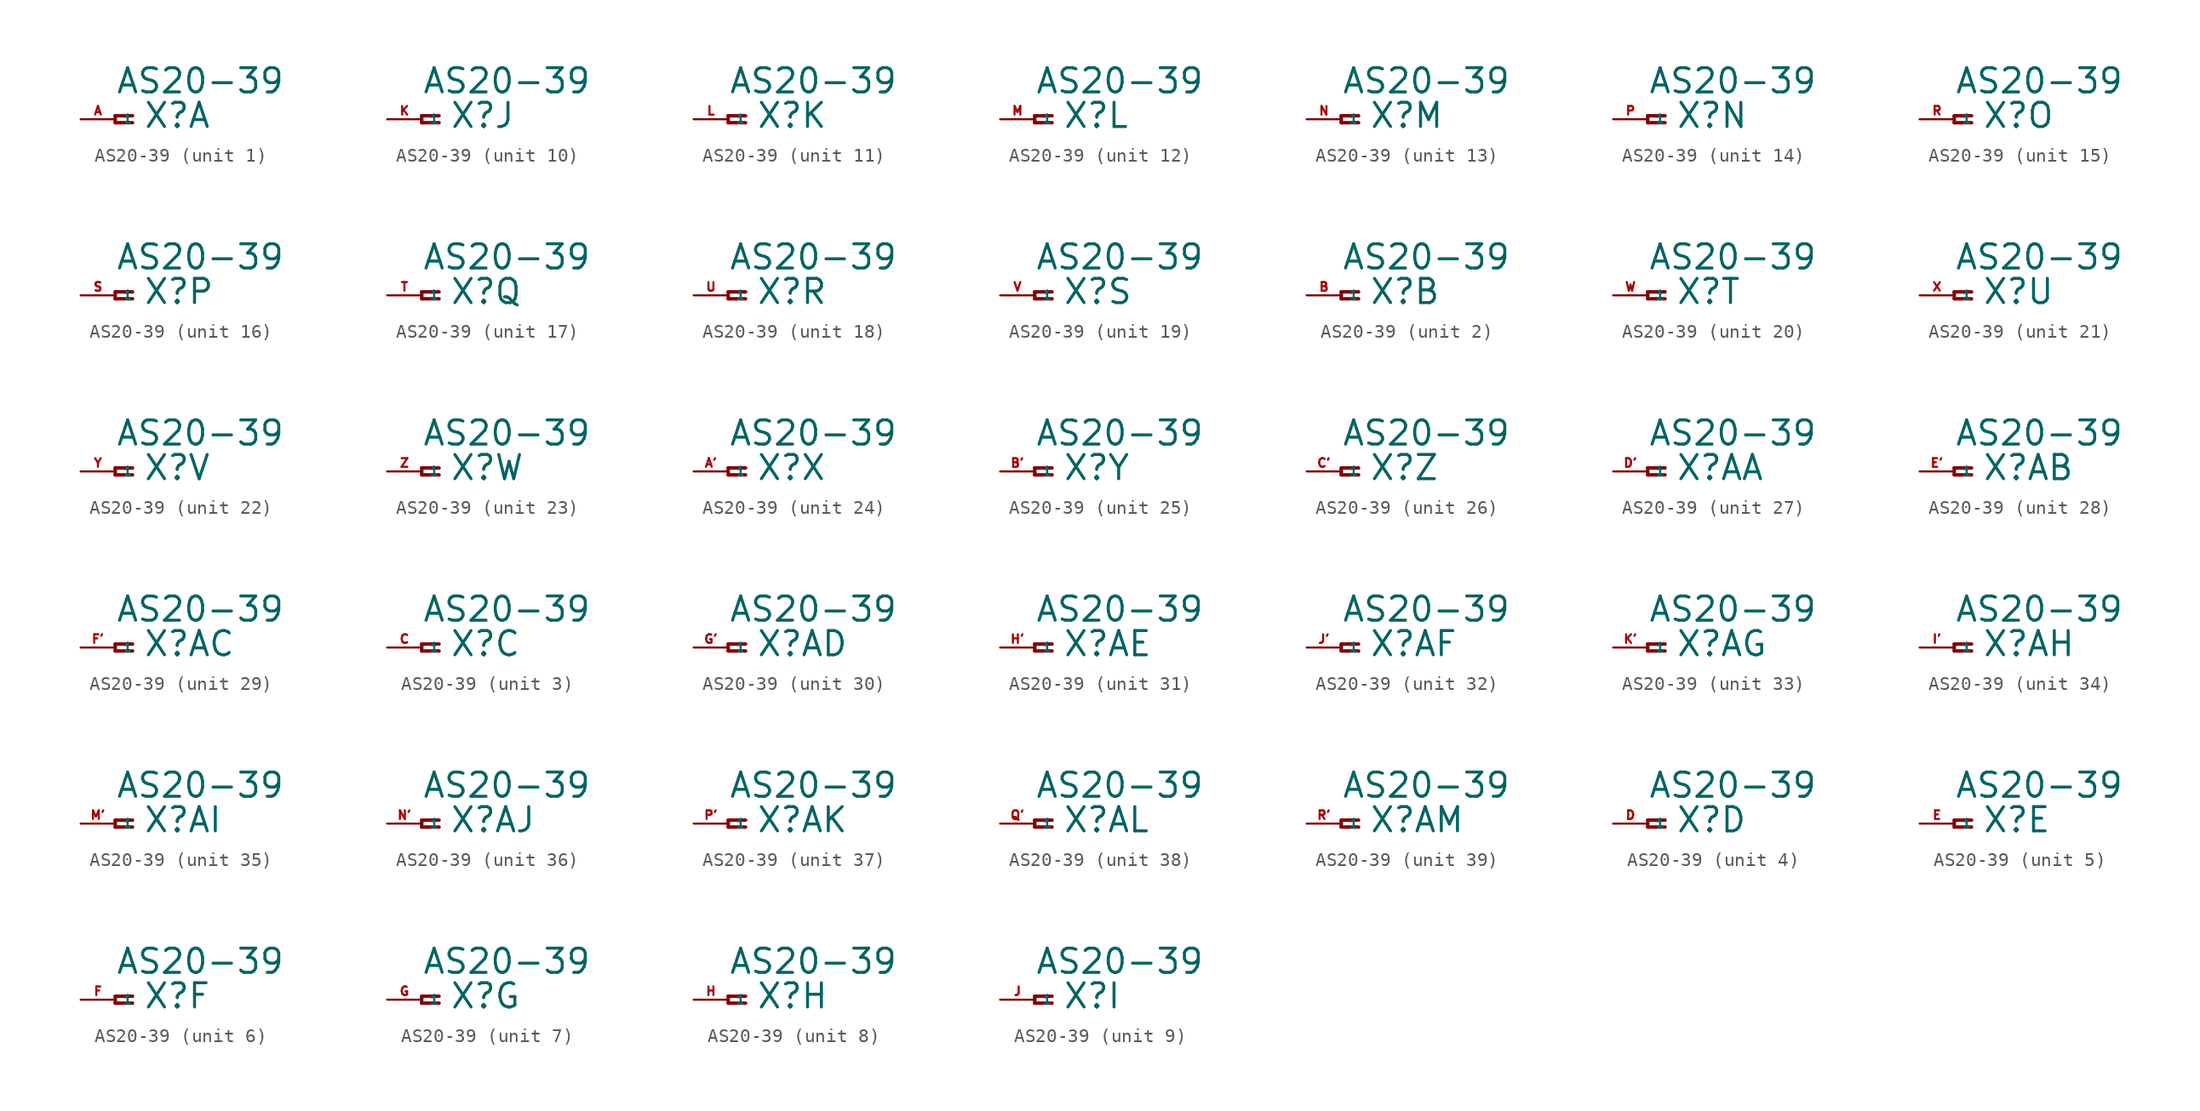
<source format=kicad_sym>
(kicad_symbol_lib
  (version 20220914)
  (generator Eagle2Kicad)
  (symbol "AS20-39"
    (property "Reference" "X"
      (at 2.032 -0.762 0)
      (effects (font (size 1.778 1.778) (thickness 0.22)) (justify left bottom)))
    (property "Value" "AS20-39"
      (at 0 1.778 0)
      (effects (font (size 1.778 1.778) (thickness 0.22)) (justify left bottom)))
    (symbol "AS20-39_1_0"
      (polyline (pts (xy 1.27 0.254) (xy 0 0.254)) (stroke (width 0.254) (type default)) (fill (type none)))
      (polyline (pts (xy 0 0.254) (xy 0 -0.254)) (stroke (width 0.254) (type default)) (fill (type none)))
      (polyline (pts (xy 0 -0.254) (xy 1.27 -0.254)) (stroke (width 0.254) (type default)) (fill (type none)))
      (pin passive line (at -2.54 0 0) (length 2.54) (name "1" (effects (font (size 0.635 0.635) (thickness 0.08)) (justify left bottom))) (number "A" (effects (font (size 0.635 0.635) (thickness 0.08)) (justify left bottom)))))
    (symbol "AS20-39_2_0"
      (polyline (pts (xy 1.27 0.254) (xy 0 0.254)) (stroke (width 0.254) (type default)) (fill (type none)))
      (polyline (pts (xy 0 0.254) (xy 0 -0.254)) (stroke (width 0.254) (type default)) (fill (type none)))
      (polyline (pts (xy 0 -0.254) (xy 1.27 -0.254)) (stroke (width 0.254) (type default)) (fill (type none)))
      (pin passive line (at -2.54 0 0) (length 2.54) (name "1" (effects (font (size 0.635 0.635) (thickness 0.08)) (justify left bottom))) (number "B" (effects (font (size 0.635 0.635) (thickness 0.08)) (justify left bottom)))))
    (symbol "AS20-39_3_0"
      (polyline (pts (xy 1.27 0.254) (xy 0 0.254)) (stroke (width 0.254) (type default)) (fill (type none)))
      (polyline (pts (xy 0 0.254) (xy 0 -0.254)) (stroke (width 0.254) (type default)) (fill (type none)))
      (polyline (pts (xy 0 -0.254) (xy 1.27 -0.254)) (stroke (width 0.254) (type default)) (fill (type none)))
      (pin passive line (at -2.54 0 0) (length 2.54) (name "1" (effects (font (size 0.635 0.635) (thickness 0.08)) (justify left bottom))) (number "C" (effects (font (size 0.635 0.635) (thickness 0.08)) (justify left bottom)))))
    (symbol "AS20-39_4_0"
      (polyline (pts (xy 1.27 0.254) (xy 0 0.254)) (stroke (width 0.254) (type default)) (fill (type none)))
      (polyline (pts (xy 0 0.254) (xy 0 -0.254)) (stroke (width 0.254) (type default)) (fill (type none)))
      (polyline (pts (xy 0 -0.254) (xy 1.27 -0.254)) (stroke (width 0.254) (type default)) (fill (type none)))
      (pin passive line (at -2.54 0 0) (length 2.54) (name "1" (effects (font (size 0.635 0.635) (thickness 0.08)) (justify left bottom))) (number "D" (effects (font (size 0.635 0.635) (thickness 0.08)) (justify left bottom)))))
    (symbol "AS20-39_5_0"
      (polyline (pts (xy 1.27 0.254) (xy 0 0.254)) (stroke (width 0.254) (type default)) (fill (type none)))
      (polyline (pts (xy 0 0.254) (xy 0 -0.254)) (stroke (width 0.254) (type default)) (fill (type none)))
      (polyline (pts (xy 0 -0.254) (xy 1.27 -0.254)) (stroke (width 0.254) (type default)) (fill (type none)))
      (pin passive line (at -2.54 0 0) (length 2.54) (name "1" (effects (font (size 0.635 0.635) (thickness 0.08)) (justify left bottom))) (number "E" (effects (font (size 0.635 0.635) (thickness 0.08)) (justify left bottom)))))
    (symbol "AS20-39_6_0"
      (polyline (pts (xy 1.27 0.254) (xy 0 0.254)) (stroke (width 0.254) (type default)) (fill (type none)))
      (polyline (pts (xy 0 0.254) (xy 0 -0.254)) (stroke (width 0.254) (type default)) (fill (type none)))
      (polyline (pts (xy 0 -0.254) (xy 1.27 -0.254)) (stroke (width 0.254) (type default)) (fill (type none)))
      (pin passive line (at -2.54 0 0) (length 2.54) (name "1" (effects (font (size 0.635 0.635) (thickness 0.08)) (justify left bottom))) (number "F" (effects (font (size 0.635 0.635) (thickness 0.08)) (justify left bottom)))))
    (symbol "AS20-39_7_0"
      (polyline (pts (xy 1.27 0.254) (xy 0 0.254)) (stroke (width 0.254) (type default)) (fill (type none)))
      (polyline (pts (xy 0 0.254) (xy 0 -0.254)) (stroke (width 0.254) (type default)) (fill (type none)))
      (polyline (pts (xy 0 -0.254) (xy 1.27 -0.254)) (stroke (width 0.254) (type default)) (fill (type none)))
      (pin passive line (at -2.54 0 0) (length 2.54) (name "1" (effects (font (size 0.635 0.635) (thickness 0.08)) (justify left bottom))) (number "G" (effects (font (size 0.635 0.635) (thickness 0.08)) (justify left bottom)))))
    (symbol "AS20-39_8_0"
      (polyline (pts (xy 1.27 0.254) (xy 0 0.254)) (stroke (width 0.254) (type default)) (fill (type none)))
      (polyline (pts (xy 0 0.254) (xy 0 -0.254)) (stroke (width 0.254) (type default)) (fill (type none)))
      (polyline (pts (xy 0 -0.254) (xy 1.27 -0.254)) (stroke (width 0.254) (type default)) (fill (type none)))
      (pin passive line (at -2.54 0 0) (length 2.54) (name "1" (effects (font (size 0.635 0.635) (thickness 0.08)) (justify left bottom))) (number "H" (effects (font (size 0.635 0.635) (thickness 0.08)) (justify left bottom)))))
    (symbol "AS20-39_9_0"
      (polyline (pts (xy 1.27 0.254) (xy 0 0.254)) (stroke (width 0.254) (type default)) (fill (type none)))
      (polyline (pts (xy 0 0.254) (xy 0 -0.254)) (stroke (width 0.254) (type default)) (fill (type none)))
      (polyline (pts (xy 0 -0.254) (xy 1.27 -0.254)) (stroke (width 0.254) (type default)) (fill (type none)))
      (pin passive line (at -2.54 0 0) (length 2.54) (name "1" (effects (font (size 0.635 0.635) (thickness 0.08)) (justify left bottom))) (number "J" (effects (font (size 0.635 0.635) (thickness 0.08)) (justify left bottom)))))
    (symbol "AS20-39_10_0"
      (polyline (pts (xy 1.27 0.254) (xy 0 0.254)) (stroke (width 0.254) (type default)) (fill (type none)))
      (polyline (pts (xy 0 0.254) (xy 0 -0.254)) (stroke (width 0.254) (type default)) (fill (type none)))
      (polyline (pts (xy 0 -0.254) (xy 1.27 -0.254)) (stroke (width 0.254) (type default)) (fill (type none)))
      (pin passive line (at -2.54 0 0) (length 2.54) (name "1" (effects (font (size 0.635 0.635) (thickness 0.08)) (justify left bottom))) (number "K" (effects (font (size 0.635 0.635) (thickness 0.08)) (justify left bottom)))))
    (symbol "AS20-39_11_0"
      (polyline (pts (xy 1.27 0.254) (xy 0 0.254)) (stroke (width 0.254) (type default)) (fill (type none)))
      (polyline (pts (xy 0 0.254) (xy 0 -0.254)) (stroke (width 0.254) (type default)) (fill (type none)))
      (polyline (pts (xy 0 -0.254) (xy 1.27 -0.254)) (stroke (width 0.254) (type default)) (fill (type none)))
      (pin passive line (at -2.54 0 0) (length 2.54) (name "1" (effects (font (size 0.635 0.635) (thickness 0.08)) (justify left bottom))) (number "L" (effects (font (size 0.635 0.635) (thickness 0.08)) (justify left bottom)))))
    (symbol "AS20-39_12_0"
      (polyline (pts (xy 1.27 0.254) (xy 0 0.254)) (stroke (width 0.254) (type default)) (fill (type none)))
      (polyline (pts (xy 0 0.254) (xy 0 -0.254)) (stroke (width 0.254) (type default)) (fill (type none)))
      (polyline (pts (xy 0 -0.254) (xy 1.27 -0.254)) (stroke (width 0.254) (type default)) (fill (type none)))
      (pin passive line (at -2.54 0 0) (length 2.54) (name "1" (effects (font (size 0.635 0.635) (thickness 0.08)) (justify left bottom))) (number "M" (effects (font (size 0.635 0.635) (thickness 0.08)) (justify left bottom)))))
    (symbol "AS20-39_13_0"
      (polyline (pts (xy 1.27 0.254) (xy 0 0.254)) (stroke (width 0.254) (type default)) (fill (type none)))
      (polyline (pts (xy 0 0.254) (xy 0 -0.254)) (stroke (width 0.254) (type default)) (fill (type none)))
      (polyline (pts (xy 0 -0.254) (xy 1.27 -0.254)) (stroke (width 0.254) (type default)) (fill (type none)))
      (pin passive line (at -2.54 0 0) (length 2.54) (name "1" (effects (font (size 0.635 0.635) (thickness 0.08)) (justify left bottom))) (number "N" (effects (font (size 0.635 0.635) (thickness 0.08)) (justify left bottom)))))
    (symbol "AS20-39_14_0"
      (polyline (pts (xy 1.27 0.254) (xy 0 0.254)) (stroke (width 0.254) (type default)) (fill (type none)))
      (polyline (pts (xy 0 0.254) (xy 0 -0.254)) (stroke (width 0.254) (type default)) (fill (type none)))
      (polyline (pts (xy 0 -0.254) (xy 1.27 -0.254)) (stroke (width 0.254) (type default)) (fill (type none)))
      (pin passive line (at -2.54 0 0) (length 2.54) (name "1" (effects (font (size 0.635 0.635) (thickness 0.08)) (justify left bottom))) (number "P" (effects (font (size 0.635 0.635) (thickness 0.08)) (justify left bottom)))))
    (symbol "AS20-39_15_0"
      (polyline (pts (xy 1.27 0.254) (xy 0 0.254)) (stroke (width 0.254) (type default)) (fill (type none)))
      (polyline (pts (xy 0 0.254) (xy 0 -0.254)) (stroke (width 0.254) (type default)) (fill (type none)))
      (polyline (pts (xy 0 -0.254) (xy 1.27 -0.254)) (stroke (width 0.254) (type default)) (fill (type none)))
      (pin passive line (at -2.54 0 0) (length 2.54) (name "1" (effects (font (size 0.635 0.635) (thickness 0.08)) (justify left bottom))) (number "R" (effects (font (size 0.635 0.635) (thickness 0.08)) (justify left bottom)))))
    (symbol "AS20-39_16_0"
      (polyline (pts (xy 1.27 0.254) (xy 0 0.254)) (stroke (width 0.254) (type default)) (fill (type none)))
      (polyline (pts (xy 0 0.254) (xy 0 -0.254)) (stroke (width 0.254) (type default)) (fill (type none)))
      (polyline (pts (xy 0 -0.254) (xy 1.27 -0.254)) (stroke (width 0.254) (type default)) (fill (type none)))
      (pin passive line (at -2.54 0 0) (length 2.54) (name "1" (effects (font (size 0.635 0.635) (thickness 0.08)) (justify left bottom))) (number "S" (effects (font (size 0.635 0.635) (thickness 0.08)) (justify left bottom)))))
    (symbol "AS20-39_17_0"
      (polyline (pts (xy 1.27 0.254) (xy 0 0.254)) (stroke (width 0.254) (type default)) (fill (type none)))
      (polyline (pts (xy 0 0.254) (xy 0 -0.254)) (stroke (width 0.254) (type default)) (fill (type none)))
      (polyline (pts (xy 0 -0.254) (xy 1.27 -0.254)) (stroke (width 0.254) (type default)) (fill (type none)))
      (pin passive line (at -2.54 0 0) (length 2.54) (name "1" (effects (font (size 0.635 0.635) (thickness 0.08)) (justify left bottom))) (number "T" (effects (font (size 0.635 0.635) (thickness 0.08)) (justify left bottom)))))
    (symbol "AS20-39_18_0"
      (polyline (pts (xy 1.27 0.254) (xy 0 0.254)) (stroke (width 0.254) (type default)) (fill (type none)))
      (polyline (pts (xy 0 0.254) (xy 0 -0.254)) (stroke (width 0.254) (type default)) (fill (type none)))
      (polyline (pts (xy 0 -0.254) (xy 1.27 -0.254)) (stroke (width 0.254) (type default)) (fill (type none)))
      (pin passive line (at -2.54 0 0) (length 2.54) (name "1" (effects (font (size 0.635 0.635) (thickness 0.08)) (justify left bottom))) (number "U" (effects (font (size 0.635 0.635) (thickness 0.08)) (justify left bottom)))))
    (symbol "AS20-39_19_0"
      (polyline (pts (xy 1.27 0.254) (xy 0 0.254)) (stroke (width 0.254) (type default)) (fill (type none)))
      (polyline (pts (xy 0 0.254) (xy 0 -0.254)) (stroke (width 0.254) (type default)) (fill (type none)))
      (polyline (pts (xy 0 -0.254) (xy 1.27 -0.254)) (stroke (width 0.254) (type default)) (fill (type none)))
      (pin passive line (at -2.54 0 0) (length 2.54) (name "1" (effects (font (size 0.635 0.635) (thickness 0.08)) (justify left bottom))) (number "V" (effects (font (size 0.635 0.635) (thickness 0.08)) (justify left bottom)))))
    (symbol "AS20-39_20_0"
      (polyline (pts (xy 1.27 0.254) (xy 0 0.254)) (stroke (width 0.254) (type default)) (fill (type none)))
      (polyline (pts (xy 0 0.254) (xy 0 -0.254)) (stroke (width 0.254) (type default)) (fill (type none)))
      (polyline (pts (xy 0 -0.254) (xy 1.27 -0.254)) (stroke (width 0.254) (type default)) (fill (type none)))
      (pin passive line (at -2.54 0 0) (length 2.54) (name "1" (effects (font (size 0.635 0.635) (thickness 0.08)) (justify left bottom))) (number "W" (effects (font (size 0.635 0.635) (thickness 0.08)) (justify left bottom)))))
    (symbol "AS20-39_21_0"
      (polyline (pts (xy 1.27 0.254) (xy 0 0.254)) (stroke (width 0.254) (type default)) (fill (type none)))
      (polyline (pts (xy 0 0.254) (xy 0 -0.254)) (stroke (width 0.254) (type default)) (fill (type none)))
      (polyline (pts (xy 0 -0.254) (xy 1.27 -0.254)) (stroke (width 0.254) (type default)) (fill (type none)))
      (pin passive line (at -2.54 0 0) (length 2.54) (name "1" (effects (font (size 0.635 0.635) (thickness 0.08)) (justify left bottom))) (number "X" (effects (font (size 0.635 0.635) (thickness 0.08)) (justify left bottom)))))
    (symbol "AS20-39_22_0"
      (polyline (pts (xy 1.27 0.254) (xy 0 0.254)) (stroke (width 0.254) (type default)) (fill (type none)))
      (polyline (pts (xy 0 0.254) (xy 0 -0.254)) (stroke (width 0.254) (type default)) (fill (type none)))
      (polyline (pts (xy 0 -0.254) (xy 1.27 -0.254)) (stroke (width 0.254) (type default)) (fill (type none)))
      (pin passive line (at -2.54 0 0) (length 2.54) (name "1" (effects (font (size 0.635 0.635) (thickness 0.08)) (justify left bottom))) (number "Y" (effects (font (size 0.635 0.635) (thickness 0.08)) (justify left bottom)))))
    (symbol "AS20-39_23_0"
      (polyline (pts (xy 1.27 0.254) (xy 0 0.254)) (stroke (width 0.254) (type default)) (fill (type none)))
      (polyline (pts (xy 0 0.254) (xy 0 -0.254)) (stroke (width 0.254) (type default)) (fill (type none)))
      (polyline (pts (xy 0 -0.254) (xy 1.27 -0.254)) (stroke (width 0.254) (type default)) (fill (type none)))
      (pin passive line (at -2.54 0 0) (length 2.54) (name "1" (effects (font (size 0.635 0.635) (thickness 0.08)) (justify left bottom))) (number "Z" (effects (font (size 0.635 0.635) (thickness 0.08)) (justify left bottom)))))
    (symbol "AS20-39_24_0"
      (polyline (pts (xy 1.27 0.254) (xy 0 0.254)) (stroke (width 0.254) (type default)) (fill (type none)))
      (polyline (pts (xy 0 0.254) (xy 0 -0.254)) (stroke (width 0.254) (type default)) (fill (type none)))
      (polyline (pts (xy 0 -0.254) (xy 1.27 -0.254)) (stroke (width 0.254) (type default)) (fill (type none)))
      (pin passive line (at -2.54 0 0) (length 2.54) (name "1" (effects (font (size 0.635 0.635) (thickness 0.08)) (justify left bottom))) (number "A'" (effects (font (size 0.635 0.635) (thickness 0.08)) (justify left bottom)))))
    (symbol "AS20-39_25_0"
      (polyline (pts (xy 1.27 0.254) (xy 0 0.254)) (stroke (width 0.254) (type default)) (fill (type none)))
      (polyline (pts (xy 0 0.254) (xy 0 -0.254)) (stroke (width 0.254) (type default)) (fill (type none)))
      (polyline (pts (xy 0 -0.254) (xy 1.27 -0.254)) (stroke (width 0.254) (type default)) (fill (type none)))
      (pin passive line (at -2.54 0 0) (length 2.54) (name "1" (effects (font (size 0.635 0.635) (thickness 0.08)) (justify left bottom))) (number "B'" (effects (font (size 0.635 0.635) (thickness 0.08)) (justify left bottom)))))
    (symbol "AS20-39_26_0"
      (polyline (pts (xy 1.27 0.254) (xy 0 0.254)) (stroke (width 0.254) (type default)) (fill (type none)))
      (polyline (pts (xy 0 0.254) (xy 0 -0.254)) (stroke (width 0.254) (type default)) (fill (type none)))
      (polyline (pts (xy 0 -0.254) (xy 1.27 -0.254)) (stroke (width 0.254) (type default)) (fill (type none)))
      (pin passive line (at -2.54 0 0) (length 2.54) (name "1" (effects (font (size 0.635 0.635) (thickness 0.08)) (justify left bottom))) (number "C'" (effects (font (size 0.635 0.635) (thickness 0.08)) (justify left bottom)))))
    (symbol "AS20-39_27_0"
      (polyline (pts (xy 1.27 0.254) (xy 0 0.254)) (stroke (width 0.254) (type default)) (fill (type none)))
      (polyline (pts (xy 0 0.254) (xy 0 -0.254)) (stroke (width 0.254) (type default)) (fill (type none)))
      (polyline (pts (xy 0 -0.254) (xy 1.27 -0.254)) (stroke (width 0.254) (type default)) (fill (type none)))
      (pin passive line (at -2.54 0 0) (length 2.54) (name "1" (effects (font (size 0.635 0.635) (thickness 0.08)) (justify left bottom))) (number "D'" (effects (font (size 0.635 0.635) (thickness 0.08)) (justify left bottom)))))
    (symbol "AS20-39_28_0"
      (polyline (pts (xy 1.27 0.254) (xy 0 0.254)) (stroke (width 0.254) (type default)) (fill (type none)))
      (polyline (pts (xy 0 0.254) (xy 0 -0.254)) (stroke (width 0.254) (type default)) (fill (type none)))
      (polyline (pts (xy 0 -0.254) (xy 1.27 -0.254)) (stroke (width 0.254) (type default)) (fill (type none)))
      (pin passive line (at -2.54 0 0) (length 2.54) (name "1" (effects (font (size 0.635 0.635) (thickness 0.08)) (justify left bottom))) (number "E'" (effects (font (size 0.635 0.635) (thickness 0.08)) (justify left bottom)))))
    (symbol "AS20-39_29_0"
      (polyline (pts (xy 1.27 0.254) (xy 0 0.254)) (stroke (width 0.254) (type default)) (fill (type none)))
      (polyline (pts (xy 0 0.254) (xy 0 -0.254)) (stroke (width 0.254) (type default)) (fill (type none)))
      (polyline (pts (xy 0 -0.254) (xy 1.27 -0.254)) (stroke (width 0.254) (type default)) (fill (type none)))
      (pin passive line (at -2.54 0 0) (length 2.54) (name "1" (effects (font (size 0.635 0.635) (thickness 0.08)) (justify left bottom))) (number "F'" (effects (font (size 0.635 0.635) (thickness 0.08)) (justify left bottom)))))
    (symbol "AS20-39_30_0"
      (polyline (pts (xy 1.27 0.254) (xy 0 0.254)) (stroke (width 0.254) (type default)) (fill (type none)))
      (polyline (pts (xy 0 0.254) (xy 0 -0.254)) (stroke (width 0.254) (type default)) (fill (type none)))
      (polyline (pts (xy 0 -0.254) (xy 1.27 -0.254)) (stroke (width 0.254) (type default)) (fill (type none)))
      (pin passive line (at -2.54 0 0) (length 2.54) (name "1" (effects (font (size 0.635 0.635) (thickness 0.08)) (justify left bottom))) (number "G'" (effects (font (size 0.635 0.635) (thickness 0.08)) (justify left bottom)))))
    (symbol "AS20-39_31_0"
      (polyline (pts (xy 1.27 0.254) (xy 0 0.254)) (stroke (width 0.254) (type default)) (fill (type none)))
      (polyline (pts (xy 0 0.254) (xy 0 -0.254)) (stroke (width 0.254) (type default)) (fill (type none)))
      (polyline (pts (xy 0 -0.254) (xy 1.27 -0.254)) (stroke (width 0.254) (type default)) (fill (type none)))
      (pin passive line (at -2.54 0 0) (length 2.54) (name "1" (effects (font (size 0.635 0.635) (thickness 0.08)) (justify left bottom))) (number "H'" (effects (font (size 0.635 0.635) (thickness 0.08)) (justify left bottom)))))
    (symbol "AS20-39_32_0"
      (polyline (pts (xy 1.27 0.254) (xy 0 0.254)) (stroke (width 0.254) (type default)) (fill (type none)))
      (polyline (pts (xy 0 0.254) (xy 0 -0.254)) (stroke (width 0.254) (type default)) (fill (type none)))
      (polyline (pts (xy 0 -0.254) (xy 1.27 -0.254)) (stroke (width 0.254) (type default)) (fill (type none)))
      (pin passive line (at -2.54 0 0) (length 2.54) (name "1" (effects (font (size 0.635 0.635) (thickness 0.08)) (justify left bottom))) (number "J'" (effects (font (size 0.635 0.635) (thickness 0.08)) (justify left bottom)))))
    (symbol "AS20-39_33_0"
      (polyline (pts (xy 1.27 0.254) (xy 0 0.254)) (stroke (width 0.254) (type default)) (fill (type none)))
      (polyline (pts (xy 0 0.254) (xy 0 -0.254)) (stroke (width 0.254) (type default)) (fill (type none)))
      (polyline (pts (xy 0 -0.254) (xy 1.27 -0.254)) (stroke (width 0.254) (type default)) (fill (type none)))
      (pin passive line (at -2.54 0 0) (length 2.54) (name "1" (effects (font (size 0.635 0.635) (thickness 0.08)) (justify left bottom))) (number "K'" (effects (font (size 0.635 0.635) (thickness 0.08)) (justify left bottom)))))
    (symbol "AS20-39_34_0"
      (polyline (pts (xy 1.27 0.254) (xy 0 0.254)) (stroke (width 0.254) (type default)) (fill (type none)))
      (polyline (pts (xy 0 0.254) (xy 0 -0.254)) (stroke (width 0.254) (type default)) (fill (type none)))
      (polyline (pts (xy 0 -0.254) (xy 1.27 -0.254)) (stroke (width 0.254) (type default)) (fill (type none)))
      (pin passive line (at -2.54 0 0) (length 2.54) (name "1" (effects (font (size 0.635 0.635) (thickness 0.08)) (justify left bottom))) (number "I'" (effects (font (size 0.635 0.635) (thickness 0.08)) (justify left bottom)))))
    (symbol "AS20-39_35_0"
      (polyline (pts (xy 1.27 0.254) (xy 0 0.254)) (stroke (width 0.254) (type default)) (fill (type none)))
      (polyline (pts (xy 0 0.254) (xy 0 -0.254)) (stroke (width 0.254) (type default)) (fill (type none)))
      (polyline (pts (xy 0 -0.254) (xy 1.27 -0.254)) (stroke (width 0.254) (type default)) (fill (type none)))
      (pin passive line (at -2.54 0 0) (length 2.54) (name "1" (effects (font (size 0.635 0.635) (thickness 0.08)) (justify left bottom))) (number "M'" (effects (font (size 0.635 0.635) (thickness 0.08)) (justify left bottom)))))
    (symbol "AS20-39_36_0"
      (polyline (pts (xy 1.27 0.254) (xy 0 0.254)) (stroke (width 0.254) (type default)) (fill (type none)))
      (polyline (pts (xy 0 0.254) (xy 0 -0.254)) (stroke (width 0.254) (type default)) (fill (type none)))
      (polyline (pts (xy 0 -0.254) (xy 1.27 -0.254)) (stroke (width 0.254) (type default)) (fill (type none)))
      (pin passive line (at -2.54 0 0) (length 2.54) (name "1" (effects (font (size 0.635 0.635) (thickness 0.08)) (justify left bottom))) (number "N'" (effects (font (size 0.635 0.635) (thickness 0.08)) (justify left bottom)))))
    (symbol "AS20-39_37_0"
      (polyline (pts (xy 1.27 0.254) (xy 0 0.254)) (stroke (width 0.254) (type default)) (fill (type none)))
      (polyline (pts (xy 0 0.254) (xy 0 -0.254)) (stroke (width 0.254) (type default)) (fill (type none)))
      (polyline (pts (xy 0 -0.254) (xy 1.27 -0.254)) (stroke (width 0.254) (type default)) (fill (type none)))
      (pin passive line (at -2.54 0 0) (length 2.54) (name "1" (effects (font (size 0.635 0.635) (thickness 0.08)) (justify left bottom))) (number "P'" (effects (font (size 0.635 0.635) (thickness 0.08)) (justify left bottom)))))
    (symbol "AS20-39_38_0"
      (polyline (pts (xy 1.27 0.254) (xy 0 0.254)) (stroke (width 0.254) (type default)) (fill (type none)))
      (polyline (pts (xy 0 0.254) (xy 0 -0.254)) (stroke (width 0.254) (type default)) (fill (type none)))
      (polyline (pts (xy 0 -0.254) (xy 1.27 -0.254)) (stroke (width 0.254) (type default)) (fill (type none)))
      (pin passive line (at -2.54 0 0) (length 2.54) (name "1" (effects (font (size 0.635 0.635) (thickness 0.08)) (justify left bottom))) (number "Q'" (effects (font (size 0.635 0.635) (thickness 0.08)) (justify left bottom)))))
    (symbol "AS20-39_39_0"
      (polyline (pts (xy 1.27 0.254) (xy 0 0.254)) (stroke (width 0.254) (type default)) (fill (type none)))
      (polyline (pts (xy 0 0.254) (xy 0 -0.254)) (stroke (width 0.254) (type default)) (fill (type none)))
      (polyline (pts (xy 0 -0.254) (xy 1.27 -0.254)) (stroke (width 0.254) (type default)) (fill (type none)))
      (pin passive line (at -2.54 0 0) (length 2.54) (name "1" (effects (font (size 0.635 0.635) (thickness 0.08)) (justify left bottom))) (number "R'" (effects (font (size 0.635 0.635) (thickness 0.08)) (justify left bottom)))))))
</source>
